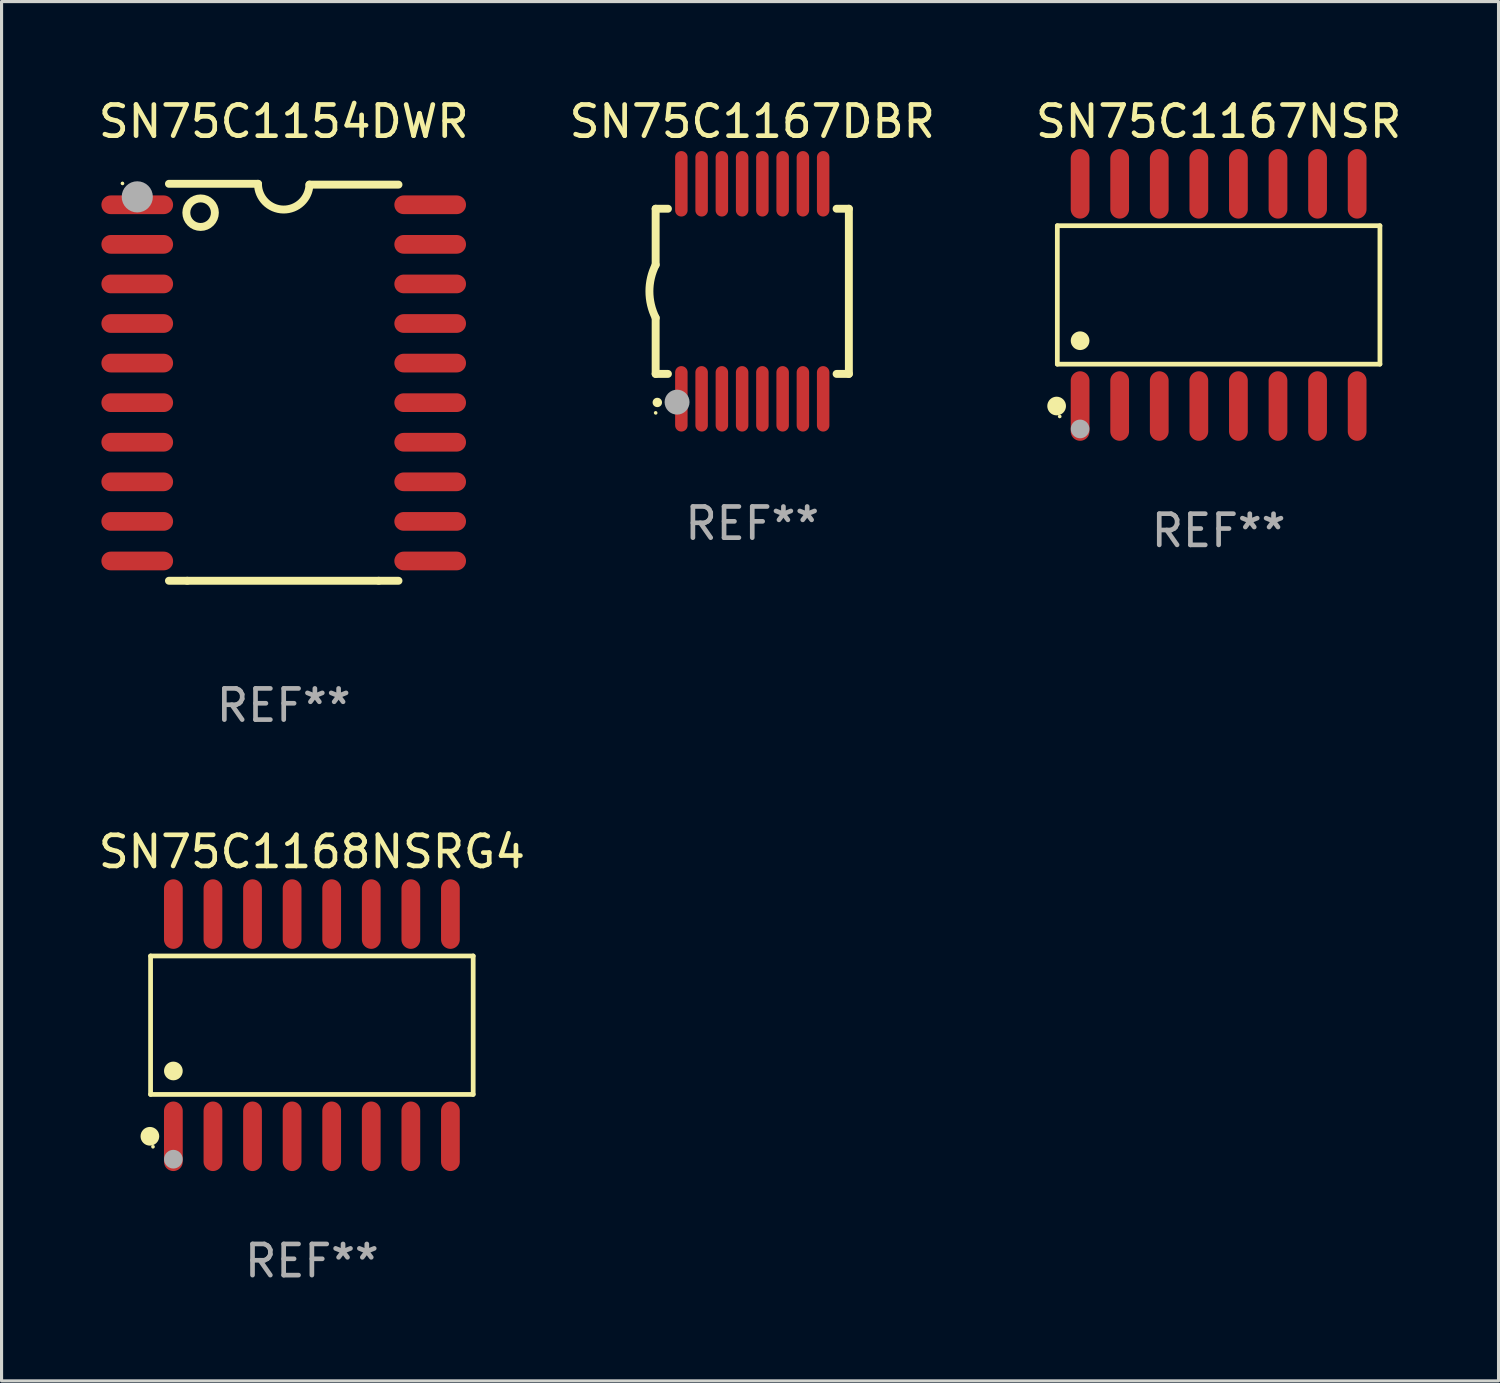
<source format=kicad_pcb>
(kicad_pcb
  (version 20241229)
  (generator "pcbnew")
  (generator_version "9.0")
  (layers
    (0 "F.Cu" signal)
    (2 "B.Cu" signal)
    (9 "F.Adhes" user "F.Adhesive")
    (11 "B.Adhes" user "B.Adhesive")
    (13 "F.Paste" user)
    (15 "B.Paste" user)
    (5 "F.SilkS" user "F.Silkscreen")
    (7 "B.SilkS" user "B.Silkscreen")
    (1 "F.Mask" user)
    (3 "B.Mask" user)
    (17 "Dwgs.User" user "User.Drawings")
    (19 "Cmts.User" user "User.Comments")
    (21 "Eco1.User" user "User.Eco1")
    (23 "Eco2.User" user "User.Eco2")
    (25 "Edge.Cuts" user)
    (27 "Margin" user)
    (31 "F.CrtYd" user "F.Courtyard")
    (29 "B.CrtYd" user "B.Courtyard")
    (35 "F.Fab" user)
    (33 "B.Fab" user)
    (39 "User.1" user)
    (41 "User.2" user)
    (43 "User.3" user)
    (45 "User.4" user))
  (footprint "SN75C1167NSR"
    (layer "F.Cu")
    (at 36.054 6.414)
    (property "Reference" "SN75C1167NSR" (at 0 -5.565 0) (layer "F.SilkS") (effects (font (size 1 1) (thickness 0.15))))
    (attr through_hole)
    (fp_line (start -5.176 -2.221) (end 5.176 -2.221) (stroke (width 0.152) (type solid)) (layer "F.SilkS"))
    (fp_line (start -5.176 2.221) (end -5.176 -2.221) (stroke (width 0.152) (type solid)) (layer "F.SilkS"))
    (fp_line (start 5.176 -2.221) (end 5.176 2.221) (stroke (width 0.152) (type solid)) (layer "F.SilkS"))
    (fp_line (start 5.176 2.221) (end -5.176 2.221) (stroke (width 0.152) (type solid)) (layer "F.SilkS"))
    (fp_circle (center -5.198 3.565) (end -5.048 3.565) (stroke (width 0.3) (type solid)) (fill no) (layer "F.SilkS"))
    (fp_circle (center -5.1 3.9) (end -5.07 3.9) (stroke (width 0.06) (type solid)) (fill no) (layer "F.SilkS"))
    (fp_circle (center -4.445 1.469) (end -4.295 1.469) (stroke (width 0.3) (type solid)) (fill no) (layer "F.SilkS"))
    (fp_circle (center -4.445 4.3) (end -4.295 4.3) (stroke (width 0.3) (type solid)) (fill no) (layer "F.Fab"))
    (fp_text user "REF**" (at 0 7.565 0) (layer "F.Fab") (effects (font (size 1 1) (thickness 0.15))))
    (pad "1" smd oval (at -4.445 3.565) (size 0.602 2.231) (layers "F.Cu" "F.Mask" "F.Paste"))
    (pad "2" smd oval (at -3.175 3.565) (size 0.602 2.231) (layers "F.Cu" "F.Mask" "F.Paste"))
    (pad "3" smd oval (at -1.905 3.565) (size 0.602 2.231) (layers "F.Cu" "F.Mask" "F.Paste"))
    (pad "4" smd oval (at -0.635 3.565) (size 0.602 2.231) (layers "F.Cu" "F.Mask" "F.Paste"))
    (pad "5" smd oval (at 0.635 3.565) (size 0.602 2.231) (layers "F.Cu" "F.Mask" "F.Paste"))
    (pad "6" smd oval (at 1.905 3.565) (size 0.602 2.231) (layers "F.Cu" "F.Mask" "F.Paste"))
    (pad "7" smd oval (at 3.175 3.565) (size 0.602 2.231) (layers "F.Cu" "F.Mask" "F.Paste"))
    (pad "8" smd oval (at 4.445 3.565) (size 0.602 2.231) (layers "F.Cu" "F.Mask" "F.Paste"))
    (pad "9" smd oval (at 4.445 -3.565) (size 0.602 2.231) (layers "F.Cu" "F.Mask" "F.Paste"))
    (pad "10" smd oval (at 3.175 -3.565) (size 0.602 2.231) (layers "F.Cu" "F.Mask" "F.Paste"))
    (pad "11" smd oval (at 1.905 -3.565) (size 0.602 2.231) (layers "F.Cu" "F.Mask" "F.Paste"))
    (pad "12" smd oval (at 0.635 -3.565) (size 0.602 2.231) (layers "F.Cu" "F.Mask" "F.Paste"))
    (pad "13" smd oval (at -0.635 -3.565) (size 0.602 2.231) (layers "F.Cu" "F.Mask" "F.Paste"))
    (pad "14" smd oval (at -1.905 -3.565) (size 0.602 2.231) (layers "F.Cu" "F.Mask" "F.Paste"))
    (pad "15" smd oval (at -3.175 -3.565) (size 0.602 2.231) (layers "F.Cu" "F.Mask" "F.Paste"))
    (pad "16" smd oval (at -4.445 -3.565) (size 0.602 2.231) (layers "F.Cu" "F.Mask" "F.Paste")))
  (footprint "SN75C1168NSRG4"
    (layer "F.Cu")
    (at 6.958 29.847)
    (property "Reference" "SN75C1168NSRG4" (at 0 -5.565 0) (layer "F.SilkS") (effects (font (size 1 1) (thickness 0.15))))
    (attr through_hole)
    (fp_line (start -5.176 -2.221) (end 5.176 -2.221) (stroke (width 0.152) (type solid)) (layer "F.SilkS"))
    (fp_line (start -5.176 2.221) (end -5.176 -2.221) (stroke (width 0.152) (type solid)) (layer "F.SilkS"))
    (fp_line (start 5.176 -2.221) (end 5.176 2.221) (stroke (width 0.152) (type solid)) (layer "F.SilkS"))
    (fp_line (start 5.176 2.221) (end -5.176 2.221) (stroke (width 0.152) (type solid)) (layer "F.SilkS"))
    (fp_circle (center -5.198 3.565) (end -5.048 3.565) (stroke (width 0.3) (type solid)) (fill no) (layer "F.SilkS"))
    (fp_circle (center -5.1 3.9) (end -5.07 3.9) (stroke (width 0.06) (type solid)) (fill no) (layer "F.SilkS"))
    (fp_circle (center -4.445 1.469) (end -4.295 1.469) (stroke (width 0.3) (type solid)) (fill no) (layer "F.SilkS"))
    (fp_circle (center -4.445 4.3) (end -4.295 4.3) (stroke (width 0.3) (type solid)) (fill no) (layer "F.Fab"))
    (fp_text user "REF**" (at 0 7.565 0) (layer "F.Fab") (effects (font (size 1 1) (thickness 0.15))))
    (pad "1" smd oval (at -4.445 3.565) (size 0.602 2.231) (layers "F.Cu" "F.Mask" "F.Paste"))
    (pad "2" smd oval (at -3.175 3.565) (size 0.602 2.231) (layers "F.Cu" "F.Mask" "F.Paste"))
    (pad "3" smd oval (at -1.905 3.565) (size 0.602 2.231) (layers "F.Cu" "F.Mask" "F.Paste"))
    (pad "4" smd oval (at -0.635 3.565) (size 0.602 2.231) (layers "F.Cu" "F.Mask" "F.Paste"))
    (pad "5" smd oval (at 0.635 3.565) (size 0.602 2.231) (layers "F.Cu" "F.Mask" "F.Paste"))
    (pad "6" smd oval (at 1.905 3.565) (size 0.602 2.231) (layers "F.Cu" "F.Mask" "F.Paste"))
    (pad "7" smd oval (at 3.175 3.565) (size 0.602 2.231) (layers "F.Cu" "F.Mask" "F.Paste"))
    (pad "8" smd oval (at 4.445 3.565) (size 0.602 2.231) (layers "F.Cu" "F.Mask" "F.Paste"))
    (pad "9" smd oval (at 4.445 -3.565) (size 0.602 2.231) (layers "F.Cu" "F.Mask" "F.Paste"))
    (pad "10" smd oval (at 3.175 -3.565) (size 0.602 2.231) (layers "F.Cu" "F.Mask" "F.Paste"))
    (pad "11" smd oval (at 1.905 -3.565) (size 0.602 2.231) (layers "F.Cu" "F.Mask" "F.Paste"))
    (pad "12" smd oval (at 0.635 -3.565) (size 0.602 2.231) (layers "F.Cu" "F.Mask" "F.Paste"))
    (pad "13" smd oval (at -0.635 -3.565) (size 0.602 2.231) (layers "F.Cu" "F.Mask" "F.Paste"))
    (pad "14" smd oval (at -1.905 -3.565) (size 0.602 2.231) (layers "F.Cu" "F.Mask" "F.Paste"))
    (pad "15" smd oval (at -3.175 -3.565) (size 0.602 2.231) (layers "F.Cu" "F.Mask" "F.Paste"))
    (pad "16" smd oval (at -4.445 -3.565) (size 0.602 2.231) (layers "F.Cu" "F.Mask" "F.Paste")))
  (footprint "SN75C1154DWR"
    (layer "F.Cu")
    (at 6.054 9.217)
    (property "Reference" "SN75C1154DWR" (at 0 -8.369 0) (layer "F.SilkS") (effects (font (size 1 1) (thickness 0.15))))
    (attr through_hole)
    (fp_line (start -3.096 6.369) (end -3.683 6.369) (stroke (width 0.254) (type solid)) (layer "F.SilkS"))
    (fp_line (start -0.825 -6.369) (end -3.683 -6.369) (stroke (width 0.254) (type solid)) (layer "F.SilkS"))
    (fp_line (start 0.826 -6.343) (end 3.683 -6.343) (stroke (width 0.254) (type solid)) (layer "F.SilkS"))
    (fp_line (start 3.048 6.369) (end -3.096 6.369) (stroke (width 0.254) (type solid)) (layer "F.SilkS"))
    (fp_line (start 3.048 6.369) (end 3.683 6.369) (stroke (width 0.254) (type solid)) (layer "F.SilkS"))
    (fp_arc (start 0.825527 -6.343129) (mid -0.012478 -5.543126) (end -0.825476 -6.36853) (stroke (width 0.254001) (type solid)) (layer "F.SilkS"))
    (fp_circle (center -5.175 -6.382) (end -5.145 -6.382) (stroke (width 0.06) (type solid)) (fill no) (layer "F.SilkS"))
    (fp_circle (center -2.667 -5.442) (end -2.209 -5.442) (stroke (width 0.254) (type solid)) (fill no) (layer "F.SilkS"))
    (fp_circle (center -4.699 -5.95) (end -4.449 -5.95) (stroke (width 0.5) (type solid)) (fill no) (layer "F.Fab"))
    (fp_text user "REF**" (at 0 10.369 0) (layer "F.Fab") (effects (font (size 1 1) (thickness 0.15))))
    (pad "1" smd oval (at -4.7 -5.696 90) (size 0.6 2.3) (layers "F.Cu" "F.Mask" "F.Paste"))
    (pad "2" smd oval (at -4.7 -4.426 90) (size 0.6 2.3) (layers "F.Cu" "F.Mask" "F.Paste"))
    (pad "3" smd oval (at -4.7 -3.156 90) (size 0.6 2.3) (layers "F.Cu" "F.Mask" "F.Paste"))
    (pad "4" smd oval (at -4.7 -1.886 90) (size 0.6 2.3) (layers "F.Cu" "F.Mask" "F.Paste"))
    (pad "5" smd oval (at -4.7 -0.616 90) (size 0.6 2.3) (layers "F.Cu" "F.Mask" "F.Paste"))
    (pad "6" smd oval (at -4.7 0.654 90) (size 0.6 2.3) (layers "F.Cu" "F.Mask" "F.Paste"))
    (pad "7" smd oval (at -4.7 1.924 90) (size 0.6 2.3) (layers "F.Cu" "F.Mask" "F.Paste"))
    (pad "8" smd oval (at -4.7 3.194 90) (size 0.6 2.3) (layers "F.Cu" "F.Mask" "F.Paste"))
    (pad "9" smd oval (at -4.7 4.464 90) (size 0.6 2.3) (layers "F.Cu" "F.Mask" "F.Paste"))
    (pad "10" smd oval (at -4.7 5.734 90) (size 0.6 2.3) (layers "F.Cu" "F.Mask" "F.Paste"))
    (pad "11" smd oval (at 4.7 5.734 90) (size 0.6 2.3) (layers "F.Cu" "F.Mask" "F.Paste"))
    (pad "12" smd oval (at 4.7 4.464 90) (size 0.6 2.3) (layers "F.Cu" "F.Mask" "F.Paste"))
    (pad "13" smd oval (at 4.7 3.194 90) (size 0.6 2.3) (layers "F.Cu" "F.Mask" "F.Paste"))
    (pad "14" smd oval (at 4.7 1.924 90) (size 0.6 2.3) (layers "F.Cu" "F.Mask" "F.Paste"))
    (pad "15" smd oval (at 4.7 0.654 90) (size 0.6 2.3) (layers "F.Cu" "F.Mask" "F.Paste"))
    (pad "16" smd oval (at 4.7 -0.616 90) (size 0.6 2.3) (layers "F.Cu" "F.Mask" "F.Paste"))
    (pad "17" smd oval (at 4.7 -1.886 90) (size 0.6 2.3) (layers "F.Cu" "F.Mask" "F.Paste"))
    (pad "18" smd oval (at 4.7 -3.156 90) (size 0.6 2.3) (layers "F.Cu" "F.Mask" "F.Paste"))
    (pad "19" smd oval (at 4.7 -4.426 90) (size 0.6 2.3) (layers "F.Cu" "F.Mask" "F.Paste"))
    (pad "20" smd oval (at 4.7 -5.696 90) (size 0.6 2.3) (layers "F.Cu" "F.Mask" "F.Paste")))
  (footprint "SN75C1167DBR"
    (layer "F.Cu")
    (at 21.089 6.298)
    (property "Reference" "SN75C1167DBR" (at 0 -5.45 0) (layer "F.SilkS") (effects (font (size 1 1) (thickness 0.15))))
    (attr through_hole)
    (fp_line (start -3.1 -2.65) (end -3.1 -0.85) (stroke (width 0.254) (type solid)) (layer "F.SilkS"))
    (fp_line (start -3.1 -2.65) (end -2.706 -2.65) (stroke (width 0.254) (type solid)) (layer "F.SilkS"))
    (fp_line (start -3.1 2.65) (end -3.1 0.85) (stroke (width 0.254) (type solid)) (layer "F.SilkS"))
    (fp_line (start -3.1 2.65) (end -2.706 2.65) (stroke (width 0.254) (type solid)) (layer "F.SilkS"))
    (fp_line (start 2.706 -2.65) (end 3.1 -2.65) (stroke (width 0.254) (type solid)) (layer "F.SilkS"))
    (fp_line (start 2.706 2.65) (end 3.1 2.65) (stroke (width 0.254) (type solid)) (layer "F.SilkS"))
    (fp_line (start 3.1 -2.65) (end 3.1 2.65) (stroke (width 0.254) (type solid)) (layer "F.SilkS"))
    (fp_arc (start -3.098907 0.850902) (mid -3.300057 0.000523) (end -3.1 -0.850114) (stroke (width 0.254001) (type solid)) (layer "F.SilkS"))
    (fp_arc (start -3.048006 3.566066) (mid -3.046736 3.566061) (end -3.045466 3.566066) (stroke (width 0.3) (type solid)) (layer "F.SilkS"))
    (fp_circle (center -3.1 3.9) (end -3.07 3.9) (stroke (width 0.06) (type solid)) (fill no) (layer "F.SilkS"))
    (fp_circle (center -2.413 3.556) (end -2.213 3.556) (stroke (width 0.4) (type solid)) (fill no) (layer "F.Fab"))
    (fp_text user "REF**" (at 0 7.45 0) (layer "F.Fab") (effects (font (size 1 1) (thickness 0.15))))
    (pad "1" smd oval (at -2.275 3.45 180) (size 0.4 2.1) (layers "F.Cu" "F.Mask" "F.Paste"))
    (pad "2" smd oval (at -1.625 3.45 180) (size 0.4 2.1) (layers "F.Cu" "F.Mask" "F.Paste"))
    (pad "3" smd oval (at -0.975 3.45 180) (size 0.4 2.1) (layers "F.Cu" "F.Mask" "F.Paste"))
    (pad "4" smd oval (at -0.325 3.45 180) (size 0.4 2.1) (layers "F.Cu" "F.Mask" "F.Paste"))
    (pad "5" smd oval (at 0.325 3.45 180) (size 0.4 2.1) (layers "F.Cu" "F.Mask" "F.Paste"))
    (pad "6" smd oval (at 0.975 3.45 180) (size 0.4 2.1) (layers "F.Cu" "F.Mask" "F.Paste"))
    (pad "7" smd oval (at 1.625 3.45 180) (size 0.4 2.1) (layers "F.Cu" "F.Mask" "F.Paste"))
    (pad "8" smd oval (at 2.275 3.45 180) (size 0.4 2.1) (layers "F.Cu" "F.Mask" "F.Paste"))
    (pad "9" smd oval (at 2.275 -3.45 180) (size 0.4 2.1) (layers "F.Cu" "F.Mask" "F.Paste"))
    (pad "10" smd oval (at 1.625 -3.45 180) (size 0.4 2.1) (layers "F.Cu" "F.Mask" "F.Paste"))
    (pad "11" smd oval (at 0.975 -3.45 180) (size 0.4 2.1) (layers "F.Cu" "F.Mask" "F.Paste"))
    (pad "12" smd oval (at 0.325 -3.45 180) (size 0.4 2.1) (layers "F.Cu" "F.Mask" "F.Paste"))
    (pad "13" smd oval (at -0.325 -3.45 180) (size 0.4 2.1) (layers "F.Cu" "F.Mask" "F.Paste"))
    (pad "14" smd oval (at -0.975 -3.45 180) (size 0.4 2.1) (layers "F.Cu" "F.Mask" "F.Paste"))
    (pad "15" smd oval (at -1.625 -3.45 180) (size 0.4 2.1) (layers "F.Cu" "F.Mask" "F.Paste"))
    (pad "16" smd oval (at -2.275 -3.45 180) (size 0.4 2.1) (layers "F.Cu" "F.Mask" "F.Paste")))
  (gr_rect
    (start -3 -3)
    (end 45.036 41.261)
    (stroke (width 0.1) (type default))
    (fill no)
    (layer "Edge.Cuts")))
</source>
